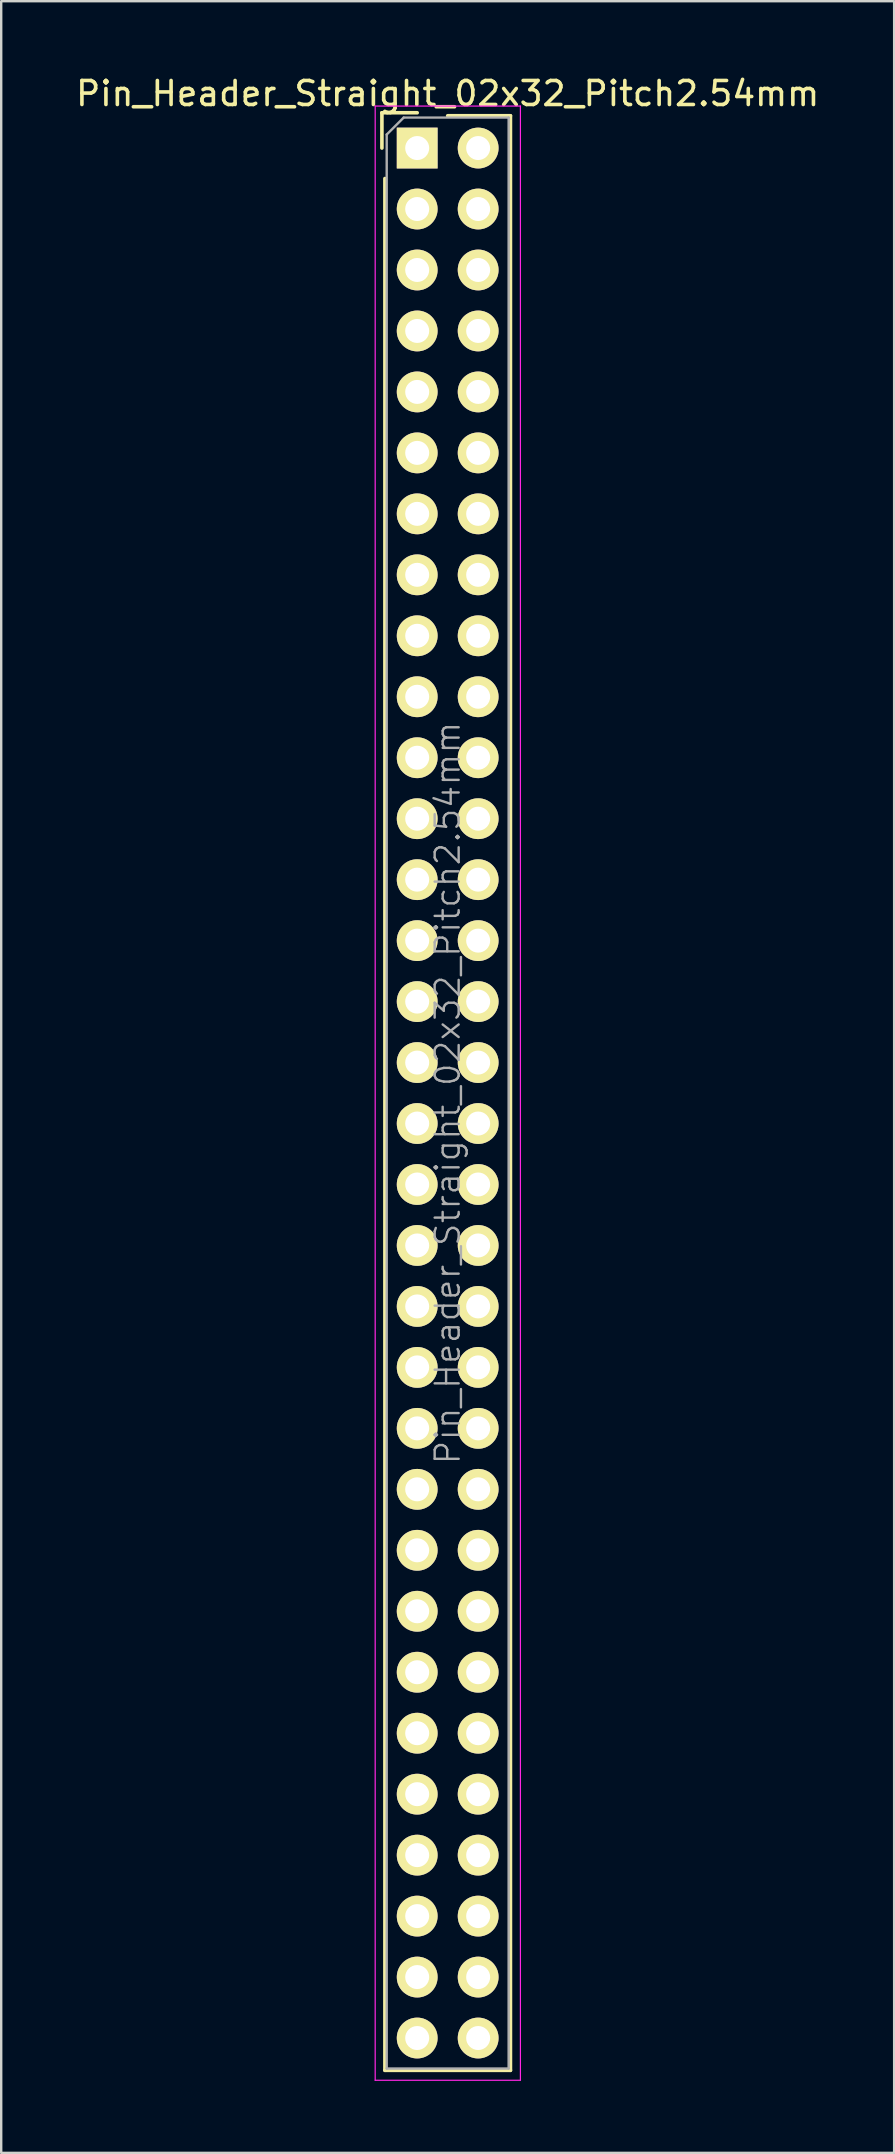
<source format=kicad_pcb>
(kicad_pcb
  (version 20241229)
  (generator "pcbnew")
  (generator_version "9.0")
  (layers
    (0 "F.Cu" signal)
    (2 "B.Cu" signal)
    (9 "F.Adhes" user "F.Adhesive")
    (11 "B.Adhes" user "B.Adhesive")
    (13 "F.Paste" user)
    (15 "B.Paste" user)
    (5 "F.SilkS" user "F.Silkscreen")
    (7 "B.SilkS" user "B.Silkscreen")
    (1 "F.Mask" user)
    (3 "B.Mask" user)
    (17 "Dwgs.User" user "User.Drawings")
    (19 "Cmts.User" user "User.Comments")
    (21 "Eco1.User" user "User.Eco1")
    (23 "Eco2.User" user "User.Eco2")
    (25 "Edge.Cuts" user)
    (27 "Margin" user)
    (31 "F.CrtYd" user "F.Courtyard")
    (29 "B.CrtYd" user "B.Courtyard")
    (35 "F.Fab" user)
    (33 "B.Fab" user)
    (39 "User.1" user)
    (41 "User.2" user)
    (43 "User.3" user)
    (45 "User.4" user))
  (footprint "Pin_Header_Straight_02x32_Pitch2.54mm"
    (layer "F.Cu")
    (at 14.331 3.118)
    (property "Reference" "Pin_Header_Straight_02x32_Pitch2.54mm" (at 1.27 -2.27 0) (layer "F.SilkS") (effects (font (size 1 1) (thickness 0.15))))
    (attr smd)
    (fp_line (start -1.47 -1.47) (end -1.47 0) (stroke (width 0.15) (type solid)) (layer "F.SilkS"))
    (fp_line (start -1.47 -1.47) (end 0 -1.47) (stroke (width 0.15) (type solid)) (layer "F.SilkS"))
    (fp_line (start -1.345 1.27) (end -1.345 80.085) (stroke (width 0.15) (type solid)) (layer "F.SilkS"))
    (fp_line (start -1.345 80.085) (end 3.885 80.085) (stroke (width 0.15) (type solid)) (layer "F.SilkS"))
    (fp_line (start 1.27 -1.345) (end 3.885 -1.345) (stroke (width 0.15) (type solid)) (layer "F.SilkS"))
    (fp_line (start 3.885 -1.345) (end 3.885 80.085) (stroke (width 0.15) (type solid)) (layer "F.SilkS"))
    (fp_line (start -1.75 -1.75) (end -1.75 80.5) (stroke (width 0.05) (type solid)) (layer "F.CrtYd"))
    (fp_line (start 4.3 -1.75) (end -1.75 -1.75) (stroke (width 0.05) (type solid)) (layer "F.CrtYd"))
    (fp_line (start 4.3 -1.75) (end 4.3 80.5) (stroke (width 0.05) (type solid)) (layer "F.CrtYd"))
    (fp_line (start 4.3 80.5) (end -1.75 80.5) (stroke (width 0.05) (type solid)) (layer "F.CrtYd"))
    (fp_line (start -1.27 -0.563) (end -0.563 -1.27) (stroke (width 0.1) (type solid)) (layer "F.Fab"))
    (fp_line (start -1.27 80.01) (end -1.27 -0.563) (stroke (width 0.1) (type solid)) (layer "F.Fab"))
    (fp_line (start 3.81 -1.27) (end -0.563 -1.27) (stroke (width 0.1) (type solid)) (layer "F.Fab"))
    (fp_line (start 3.81 80.01) (end -1.27 80.01) (stroke (width 0.1) (type solid)) (layer "F.Fab"))
    (fp_line (start 3.81 80.01) (end 3.81 -1.27) (stroke (width 0.1) (type solid)) (layer "F.Fab"))
    (fp_text user "${REFERENCE}" (at 1.27 39.37 90) (layer "F.Fab") (effects (font (size 1 1) (thickness 0.1))))
    (pad "1" thru_hole rect (at 0 0) (size 1.7 1.7) (drill 1) (layers "*.Cu" "*.Mask" "F.SilkS"))
    (pad "2" thru_hole oval (at 2.54 0) (size 1.7 1.7) (drill 1) (layers "*.Cu" "*.Mask" "F.SilkS"))
    (pad "3" thru_hole oval (at 0 2.54) (size 1.7 1.7) (drill 1) (layers "*.Cu" "*.Mask" "F.SilkS"))
    (pad "4" thru_hole oval (at 2.54 2.54) (size 1.7 1.7) (drill 1) (layers "*.Cu" "*.Mask" "F.SilkS"))
    (pad "5" thru_hole oval (at 0 5.08) (size 1.7 1.7) (drill 1) (layers "*.Cu" "*.Mask" "F.SilkS"))
    (pad "6" thru_hole oval (at 2.54 5.08) (size 1.7 1.7) (drill 1) (layers "*.Cu" "*.Mask" "F.SilkS"))
    (pad "7" thru_hole oval (at 0 7.62) (size 1.7 1.7) (drill 1) (layers "*.Cu" "*.Mask" "F.SilkS"))
    (pad "8" thru_hole oval (at 2.54 7.62) (size 1.7 1.7) (drill 1) (layers "*.Cu" "*.Mask" "F.SilkS"))
    (pad "9" thru_hole oval (at 0 10.16) (size 1.7 1.7) (drill 1) (layers "*.Cu" "*.Mask" "F.SilkS"))
    (pad "10" thru_hole oval (at 2.54 10.16) (size 1.7 1.7) (drill 1) (layers "*.Cu" "*.Mask" "F.SilkS"))
    (pad "11" thru_hole oval (at 0 12.7) (size 1.7 1.7) (drill 1) (layers "*.Cu" "*.Mask" "F.SilkS"))
    (pad "12" thru_hole oval (at 2.54 12.7) (size 1.7 1.7) (drill 1) (layers "*.Cu" "*.Mask" "F.SilkS"))
    (pad "13" thru_hole oval (at 0 15.24) (size 1.7 1.7) (drill 1) (layers "*.Cu" "*.Mask" "F.SilkS"))
    (pad "14" thru_hole oval (at 2.54 15.24) (size 1.7 1.7) (drill 1) (layers "*.Cu" "*.Mask" "F.SilkS"))
    (pad "15" thru_hole oval (at 0 17.78) (size 1.7 1.7) (drill 1) (layers "*.Cu" "*.Mask" "F.SilkS"))
    (pad "16" thru_hole oval (at 2.54 17.78) (size 1.7 1.7) (drill 1) (layers "*.Cu" "*.Mask" "F.SilkS"))
    (pad "17" thru_hole oval (at 0 20.32) (size 1.7 1.7) (drill 1) (layers "*.Cu" "*.Mask" "F.SilkS"))
    (pad "18" thru_hole oval (at 2.54 20.32) (size 1.7 1.7) (drill 1) (layers "*.Cu" "*.Mask" "F.SilkS"))
    (pad "19" thru_hole oval (at 0 22.86) (size 1.7 1.7) (drill 1) (layers "*.Cu" "*.Mask" "F.SilkS"))
    (pad "20" thru_hole oval (at 2.54 22.86) (size 1.7 1.7) (drill 1) (layers "*.Cu" "*.Mask" "F.SilkS"))
    (pad "21" thru_hole oval (at 0 25.4) (size 1.7 1.7) (drill 1) (layers "*.Cu" "*.Mask" "F.SilkS"))
    (pad "22" thru_hole oval (at 2.54 25.4) (size 1.7 1.7) (drill 1) (layers "*.Cu" "*.Mask" "F.SilkS"))
    (pad "23" thru_hole oval (at 0 27.94) (size 1.7 1.7) (drill 1) (layers "*.Cu" "*.Mask" "F.SilkS"))
    (pad "24" thru_hole oval (at 2.54 27.94) (size 1.7 1.7) (drill 1) (layers "*.Cu" "*.Mask" "F.SilkS"))
    (pad "25" thru_hole oval (at 0 30.48) (size 1.7 1.7) (drill 1) (layers "*.Cu" "*.Mask" "F.SilkS"))
    (pad "26" thru_hole oval (at 2.54 30.48) (size 1.7 1.7) (drill 1) (layers "*.Cu" "*.Mask" "F.SilkS"))
    (pad "27" thru_hole oval (at 0 33.02) (size 1.7 1.7) (drill 1) (layers "*.Cu" "*.Mask" "F.SilkS"))
    (pad "28" thru_hole oval (at 2.54 33.02) (size 1.7 1.7) (drill 1) (layers "*.Cu" "*.Mask" "F.SilkS"))
    (pad "29" thru_hole oval (at 0 35.56) (size 1.7 1.7) (drill 1) (layers "*.Cu" "*.Mask" "F.SilkS"))
    (pad "30" thru_hole oval (at 2.54 35.56) (size 1.7 1.7) (drill 1) (layers "*.Cu" "*.Mask" "F.SilkS"))
    (pad "31" thru_hole oval (at 0 38.1) (size 1.7 1.7) (drill 1) (layers "*.Cu" "*.Mask" "F.SilkS"))
    (pad "32" thru_hole oval (at 2.54 38.1) (size 1.7 1.7) (drill 1) (layers "*.Cu" "*.Mask" "F.SilkS"))
    (pad "33" thru_hole oval (at 0 40.64) (size 1.7 1.7) (drill 1) (layers "*.Cu" "*.Mask" "F.SilkS"))
    (pad "34" thru_hole oval (at 2.54 40.64) (size 1.7 1.7) (drill 1) (layers "*.Cu" "*.Mask" "F.SilkS"))
    (pad "35" thru_hole oval (at 0 43.18) (size 1.7 1.7) (drill 1) (layers "*.Cu" "*.Mask" "F.SilkS"))
    (pad "36" thru_hole oval (at 2.54 43.18) (size 1.7 1.7) (drill 1) (layers "*.Cu" "*.Mask" "F.SilkS"))
    (pad "37" thru_hole oval (at 0 45.72) (size 1.7 1.7) (drill 1) (layers "*.Cu" "*.Mask" "F.SilkS"))
    (pad "38" thru_hole oval (at 2.54 45.72) (size 1.7 1.7) (drill 1) (layers "*.Cu" "*.Mask" "F.SilkS"))
    (pad "39" thru_hole oval (at 0 48.26) (size 1.7 1.7) (drill 1) (layers "*.Cu" "*.Mask" "F.SilkS"))
    (pad "40" thru_hole oval (at 2.54 48.26) (size 1.7 1.7) (drill 1) (layers "*.Cu" "*.Mask" "F.SilkS"))
    (pad "41" thru_hole oval (at 0 50.8) (size 1.7 1.7) (drill 1) (layers "*.Cu" "*.Mask" "F.SilkS"))
    (pad "42" thru_hole oval (at 2.54 50.8) (size 1.7 1.7) (drill 1) (layers "*.Cu" "*.Mask" "F.SilkS"))
    (pad "43" thru_hole oval (at 0 53.34) (size 1.7 1.7) (drill 1) (layers "*.Cu" "*.Mask" "F.SilkS"))
    (pad "44" thru_hole oval (at 2.54 53.34) (size 1.7 1.7) (drill 1) (layers "*.Cu" "*.Mask" "F.SilkS"))
    (pad "45" thru_hole oval (at 0 55.88) (size 1.7 1.7) (drill 1) (layers "*.Cu" "*.Mask" "F.SilkS"))
    (pad "46" thru_hole oval (at 2.54 55.88) (size 1.7 1.7) (drill 1) (layers "*.Cu" "*.Mask" "F.SilkS"))
    (pad "47" thru_hole oval (at 0 58.42) (size 1.7 1.7) (drill 1) (layers "*.Cu" "*.Mask" "F.SilkS"))
    (pad "48" thru_hole oval (at 2.54 58.42) (size 1.7 1.7) (drill 1) (layers "*.Cu" "*.Mask" "F.SilkS"))
    (pad "49" thru_hole oval (at 0 60.96) (size 1.7 1.7) (drill 1) (layers "*.Cu" "*.Mask" "F.SilkS"))
    (pad "50" thru_hole oval (at 2.54 60.96) (size 1.7 1.7) (drill 1) (layers "*.Cu" "*.Mask" "F.SilkS"))
    (pad "51" thru_hole oval (at 0 63.5) (size 1.7 1.7) (drill 1) (layers "*.Cu" "*.Mask" "F.SilkS"))
    (pad "52" thru_hole oval (at 2.54 63.5) (size 1.7 1.7) (drill 1) (layers "*.Cu" "*.Mask" "F.SilkS"))
    (pad "53" thru_hole oval (at 0 66.04) (size 1.7 1.7) (drill 1) (layers "*.Cu" "*.Mask" "F.SilkS"))
    (pad "54" thru_hole oval (at 2.54 66.04) (size 1.7 1.7) (drill 1) (layers "*.Cu" "*.Mask" "F.SilkS"))
    (pad "55" thru_hole oval (at 0 68.58) (size 1.7 1.7) (drill 1) (layers "*.Cu" "*.Mask" "F.SilkS"))
    (pad "56" thru_hole oval (at 2.54 68.58) (size 1.7 1.7) (drill 1) (layers "*.Cu" "*.Mask" "F.SilkS"))
    (pad "57" thru_hole oval (at 0 71.12) (size 1.7 1.7) (drill 1) (layers "*.Cu" "*.Mask" "F.SilkS"))
    (pad "58" thru_hole oval (at 2.54 71.12) (size 1.7 1.7) (drill 1) (layers "*.Cu" "*.Mask" "F.SilkS"))
    (pad "59" thru_hole oval (at 0 73.66) (size 1.7 1.7) (drill 1) (layers "*.Cu" "*.Mask" "F.SilkS"))
    (pad "60" thru_hole oval (at 2.54 73.66) (size 1.7 1.7) (drill 1) (layers "*.Cu" "*.Mask" "F.SilkS"))
    (pad "61" thru_hole oval (at 0 76.2) (size 1.7 1.7) (drill 1) (layers "*.Cu" "*.Mask" "F.SilkS"))
    (pad "62" thru_hole oval (at 2.54 76.2) (size 1.7 1.7) (drill 1) (layers "*.Cu" "*.Mask" "F.SilkS"))
    (pad "63" thru_hole oval (at 0 78.74) (size 1.7 1.7) (drill 1) (layers "*.Cu" "*.Mask" "F.SilkS"))
    (pad "64" thru_hole oval (at 2.54 78.74) (size 1.7 1.7) (drill 1) (layers "*.Cu" "*.Mask" "F.SilkS")))
  (gr_rect
    (start -3 -3)
    (end 34.202 86.643)
    (stroke (width 0.1) (type default))
    (fill no)
    (layer "Edge.Cuts")))
</source>
